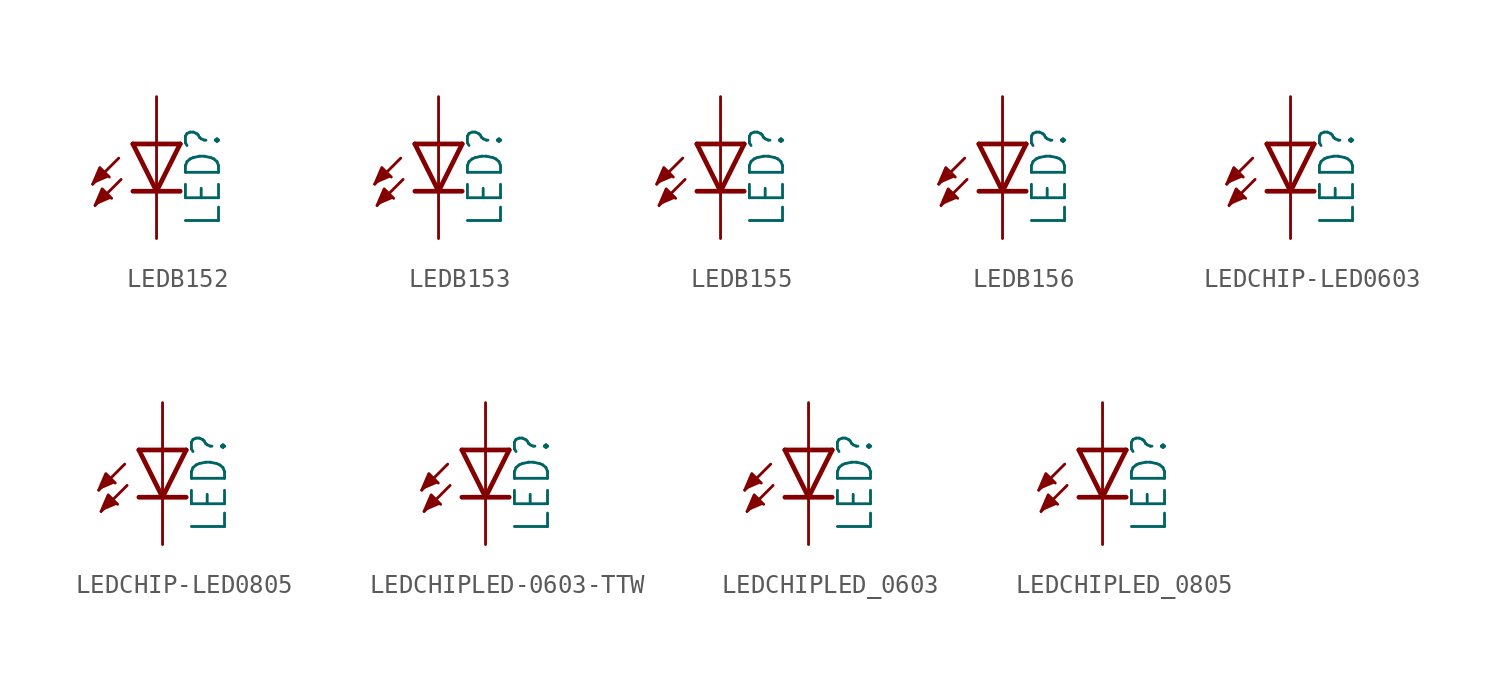
<source format=kicad_sym>
(kicad_symbol_lib
  (version 20220914)
  (generator kicad_symbol_editor)
  (symbol "LEDB152"
    (property "Reference" "LED"
      (at 3.556 -4.572 90)
      (effects (font (size 1.778 1.511)) (justify left bottom)))
    (property "Value" ""
      (at 5.715 -4.572 90)
      (effects (font (size 1.778 1.511)) (justify left bottom)))
    (property "ki_locked" ""
      (at 0 0 0)
      (effects (font (size 1.27 1.27))))
    (symbol "LEDB152_1_0"
      (polyline (pts (xy -2.032 -0.762) (xy -3.429 -2.159)) (stroke (width 0.152) (type solid)) (fill (type none)))
      (polyline (pts (xy -1.905 -1.905) (xy -3.302 -3.302)) (stroke (width 0.152) (type solid)) (fill (type none)))
      (polyline (pts (xy 0 -2.54) (xy -1.27 -2.54)) (stroke (width 0.254) (type solid)) (fill (type none)))
      (polyline (pts (xy 0 -2.54) (xy -1.27 0)) (stroke (width 0.254) (type solid)) (fill (type none)))
      (polyline (pts (xy 0 0) (xy -1.27 0)) (stroke (width 0.254) (type solid)) (fill (type none)))
      (polyline (pts (xy 0 0) (xy 0 -2.54)) (stroke (width 0.152) (type solid)) (fill (type none)))
      (polyline (pts (xy 1.27 -2.54) (xy 0 -2.54)) (stroke (width 0.254) (type solid)) (fill (type none)))
      (polyline (pts (xy 1.27 0) (xy 0 -2.54)) (stroke (width 0.254) (type solid)) (fill (type none)))
      (polyline (pts (xy 1.27 0) (xy 0 0)) (stroke (width 0.254) (type solid)) (fill (type none)))
      (polyline (pts (xy -3.429 -2.159) (xy -3.048 -1.27) (xy -2.54 -1.778)) (stroke (width 0.152) (type solid)) (fill (type outline)))
      (polyline (pts (xy -3.302 -3.302) (xy -2.921 -2.413) (xy -2.413 -2.921)) (stroke (width 0.152) (type solid)) (fill (type outline)))
      (pin passive line (at 0 2.54 270) (length 2.54) (name "A" (effects (font (size 0 0)))) (number "A" (effects (font (size 0 0)))))
      (pin passive line (at 0 -5.08 90) (length 2.54) (name "C" (effects (font (size 0 0)))) (number "K" (effects (font (size 0 0)))))))
  (symbol "LEDB153"
    (property "Reference" "LED"
      (at 3.556 -4.572 90)
      (effects (font (size 1.778 1.511)) (justify left bottom)))
    (property "Value" ""
      (at 5.715 -4.572 90)
      (effects (font (size 1.778 1.511)) (justify left bottom)))
    (property "ki_locked" ""
      (at 0 0 0)
      (effects (font (size 1.27 1.27))))
    (symbol "LEDB153_1_0"
      (polyline (pts (xy -2.032 -0.762) (xy -3.429 -2.159)) (stroke (width 0.152) (type solid)) (fill (type none)))
      (polyline (pts (xy -1.905 -1.905) (xy -3.302 -3.302)) (stroke (width 0.152) (type solid)) (fill (type none)))
      (polyline (pts (xy 0 -2.54) (xy -1.27 -2.54)) (stroke (width 0.254) (type solid)) (fill (type none)))
      (polyline (pts (xy 0 -2.54) (xy -1.27 0)) (stroke (width 0.254) (type solid)) (fill (type none)))
      (polyline (pts (xy 0 0) (xy -1.27 0)) (stroke (width 0.254) (type solid)) (fill (type none)))
      (polyline (pts (xy 0 0) (xy 0 -2.54)) (stroke (width 0.152) (type solid)) (fill (type none)))
      (polyline (pts (xy 1.27 -2.54) (xy 0 -2.54)) (stroke (width 0.254) (type solid)) (fill (type none)))
      (polyline (pts (xy 1.27 0) (xy 0 -2.54)) (stroke (width 0.254) (type solid)) (fill (type none)))
      (polyline (pts (xy 1.27 0) (xy 0 0)) (stroke (width 0.254) (type solid)) (fill (type none)))
      (polyline (pts (xy -3.429 -2.159) (xy -3.048 -1.27) (xy -2.54 -1.778)) (stroke (width 0.152) (type solid)) (fill (type outline)))
      (polyline (pts (xy -3.302 -3.302) (xy -2.921 -2.413) (xy -2.413 -2.921)) (stroke (width 0.152) (type solid)) (fill (type outline)))
      (pin passive line (at 0 2.54 270) (length 2.54) (name "A" (effects (font (size 0 0)))) (number "A" (effects (font (size 0 0)))))
      (pin passive line (at 0 -5.08 90) (length 2.54) (name "C" (effects (font (size 0 0)))) (number "K" (effects (font (size 0 0)))))))
  (symbol "LEDB155"
    (property "Reference" "LED"
      (at 3.556 -4.572 90)
      (effects (font (size 1.778 1.511)) (justify left bottom)))
    (property "Value" ""
      (at 5.715 -4.572 90)
      (effects (font (size 1.778 1.511)) (justify left bottom)))
    (property "ki_locked" ""
      (at 0 0 0)
      (effects (font (size 1.27 1.27))))
    (symbol "LEDB155_1_0"
      (polyline (pts (xy -2.032 -0.762) (xy -3.429 -2.159)) (stroke (width 0.152) (type solid)) (fill (type none)))
      (polyline (pts (xy -1.905 -1.905) (xy -3.302 -3.302)) (stroke (width 0.152) (type solid)) (fill (type none)))
      (polyline (pts (xy 0 -2.54) (xy -1.27 -2.54)) (stroke (width 0.254) (type solid)) (fill (type none)))
      (polyline (pts (xy 0 -2.54) (xy -1.27 0)) (stroke (width 0.254) (type solid)) (fill (type none)))
      (polyline (pts (xy 0 0) (xy -1.27 0)) (stroke (width 0.254) (type solid)) (fill (type none)))
      (polyline (pts (xy 0 0) (xy 0 -2.54)) (stroke (width 0.152) (type solid)) (fill (type none)))
      (polyline (pts (xy 1.27 -2.54) (xy 0 -2.54)) (stroke (width 0.254) (type solid)) (fill (type none)))
      (polyline (pts (xy 1.27 0) (xy 0 -2.54)) (stroke (width 0.254) (type solid)) (fill (type none)))
      (polyline (pts (xy 1.27 0) (xy 0 0)) (stroke (width 0.254) (type solid)) (fill (type none)))
      (polyline (pts (xy -3.429 -2.159) (xy -3.048 -1.27) (xy -2.54 -1.778)) (stroke (width 0.152) (type solid)) (fill (type outline)))
      (polyline (pts (xy -3.302 -3.302) (xy -2.921 -2.413) (xy -2.413 -2.921)) (stroke (width 0.152) (type solid)) (fill (type outline)))
      (pin passive line (at 0 2.54 270) (length 2.54) (name "A" (effects (font (size 0 0)))) (number "A" (effects (font (size 0 0)))))
      (pin passive line (at 0 -5.08 90) (length 2.54) (name "C" (effects (font (size 0 0)))) (number "K" (effects (font (size 0 0)))))))
  (symbol "LEDB156"
    (property "Reference" "LED"
      (at 3.556 -4.572 90)
      (effects (font (size 1.778 1.511)) (justify left bottom)))
    (property "Value" ""
      (at 5.715 -4.572 90)
      (effects (font (size 1.778 1.511)) (justify left bottom)))
    (property "ki_locked" ""
      (at 0 0 0)
      (effects (font (size 1.27 1.27))))
    (symbol "LEDB156_1_0"
      (polyline (pts (xy -2.032 -0.762) (xy -3.429 -2.159)) (stroke (width 0.152) (type solid)) (fill (type none)))
      (polyline (pts (xy -1.905 -1.905) (xy -3.302 -3.302)) (stroke (width 0.152) (type solid)) (fill (type none)))
      (polyline (pts (xy 0 -2.54) (xy -1.27 -2.54)) (stroke (width 0.254) (type solid)) (fill (type none)))
      (polyline (pts (xy 0 -2.54) (xy -1.27 0)) (stroke (width 0.254) (type solid)) (fill (type none)))
      (polyline (pts (xy 0 0) (xy -1.27 0)) (stroke (width 0.254) (type solid)) (fill (type none)))
      (polyline (pts (xy 0 0) (xy 0 -2.54)) (stroke (width 0.152) (type solid)) (fill (type none)))
      (polyline (pts (xy 1.27 -2.54) (xy 0 -2.54)) (stroke (width 0.254) (type solid)) (fill (type none)))
      (polyline (pts (xy 1.27 0) (xy 0 -2.54)) (stroke (width 0.254) (type solid)) (fill (type none)))
      (polyline (pts (xy 1.27 0) (xy 0 0)) (stroke (width 0.254) (type solid)) (fill (type none)))
      (polyline (pts (xy -3.429 -2.159) (xy -3.048 -1.27) (xy -2.54 -1.778)) (stroke (width 0.152) (type solid)) (fill (type outline)))
      (polyline (pts (xy -3.302 -3.302) (xy -2.921 -2.413) (xy -2.413 -2.921)) (stroke (width 0.152) (type solid)) (fill (type outline)))
      (pin passive line (at 0 2.54 270) (length 2.54) (name "A" (effects (font (size 0 0)))) (number "A" (effects (font (size 0 0)))))
      (pin passive line (at 0 -5.08 90) (length 2.54) (name "C" (effects (font (size 0 0)))) (number "K" (effects (font (size 0 0)))))))
  (symbol "LEDCHIP-LED0603"
    (property "Reference" "LED"
      (at 3.556 -4.572 90)
      (effects (font (size 1.778 1.511)) (justify left bottom)))
    (property "Value" ""
      (at 5.715 -4.572 90)
      (effects (font (size 1.778 1.511)) (justify left bottom)))
    (property "ki_locked" ""
      (at 0 0 0)
      (effects (font (size 1.27 1.27))))
    (symbol "LEDCHIP-LED0603_1_0"
      (polyline (pts (xy -2.032 -0.762) (xy -3.429 -2.159)) (stroke (width 0.152) (type solid)) (fill (type none)))
      (polyline (pts (xy -1.905 -1.905) (xy -3.302 -3.302)) (stroke (width 0.152) (type solid)) (fill (type none)))
      (polyline (pts (xy 0 -2.54) (xy -1.27 -2.54)) (stroke (width 0.254) (type solid)) (fill (type none)))
      (polyline (pts (xy 0 -2.54) (xy -1.27 0)) (stroke (width 0.254) (type solid)) (fill (type none)))
      (polyline (pts (xy 0 0) (xy -1.27 0)) (stroke (width 0.254) (type solid)) (fill (type none)))
      (polyline (pts (xy 0 0) (xy 0 -2.54)) (stroke (width 0.152) (type solid)) (fill (type none)))
      (polyline (pts (xy 1.27 -2.54) (xy 0 -2.54)) (stroke (width 0.254) (type solid)) (fill (type none)))
      (polyline (pts (xy 1.27 0) (xy 0 -2.54)) (stroke (width 0.254) (type solid)) (fill (type none)))
      (polyline (pts (xy 1.27 0) (xy 0 0)) (stroke (width 0.254) (type solid)) (fill (type none)))
      (polyline (pts (xy -3.429 -2.159) (xy -3.048 -1.27) (xy -2.54 -1.778)) (stroke (width 0.152) (type solid)) (fill (type outline)))
      (polyline (pts (xy -3.302 -3.302) (xy -2.921 -2.413) (xy -2.413 -2.921)) (stroke (width 0.152) (type solid)) (fill (type outline)))
      (pin passive line (at 0 2.54 270) (length 2.54) (name "A" (effects (font (size 0 0)))) (number "A" (effects (font (size 0 0)))))
      (pin passive line (at 0 -5.08 90) (length 2.54) (name "C" (effects (font (size 0 0)))) (number "C" (effects (font (size 0 0)))))))
  (symbol "LEDCHIP-LED0805"
    (property "Reference" "LED"
      (at 3.556 -4.572 90)
      (effects (font (size 1.778 1.511)) (justify left bottom)))
    (property "Value" ""
      (at 5.715 -4.572 90)
      (effects (font (size 1.778 1.511)) (justify left bottom)))
    (property "ki_locked" ""
      (at 0 0 0)
      (effects (font (size 1.27 1.27))))
    (symbol "LEDCHIP-LED0805_1_0"
      (polyline (pts (xy -2.032 -0.762) (xy -3.429 -2.159)) (stroke (width 0.152) (type solid)) (fill (type none)))
      (polyline (pts (xy -1.905 -1.905) (xy -3.302 -3.302)) (stroke (width 0.152) (type solid)) (fill (type none)))
      (polyline (pts (xy 0 -2.54) (xy -1.27 -2.54)) (stroke (width 0.254) (type solid)) (fill (type none)))
      (polyline (pts (xy 0 -2.54) (xy -1.27 0)) (stroke (width 0.254) (type solid)) (fill (type none)))
      (polyline (pts (xy 0 0) (xy -1.27 0)) (stroke (width 0.254) (type solid)) (fill (type none)))
      (polyline (pts (xy 0 0) (xy 0 -2.54)) (stroke (width 0.152) (type solid)) (fill (type none)))
      (polyline (pts (xy 1.27 -2.54) (xy 0 -2.54)) (stroke (width 0.254) (type solid)) (fill (type none)))
      (polyline (pts (xy 1.27 0) (xy 0 -2.54)) (stroke (width 0.254) (type solid)) (fill (type none)))
      (polyline (pts (xy 1.27 0) (xy 0 0)) (stroke (width 0.254) (type solid)) (fill (type none)))
      (polyline (pts (xy -3.429 -2.159) (xy -3.048 -1.27) (xy -2.54 -1.778)) (stroke (width 0.152) (type solid)) (fill (type outline)))
      (polyline (pts (xy -3.302 -3.302) (xy -2.921 -2.413) (xy -2.413 -2.921)) (stroke (width 0.152) (type solid)) (fill (type outline)))
      (pin passive line (at 0 2.54 270) (length 2.54) (name "A" (effects (font (size 0 0)))) (number "A" (effects (font (size 0 0)))))
      (pin passive line (at 0 -5.08 90) (length 2.54) (name "C" (effects (font (size 0 0)))) (number "C" (effects (font (size 0 0)))))))
  (symbol "LEDCHIPLED-0603-TTW"
    (property "Reference" "LED"
      (at 3.556 -4.572 90)
      (effects (font (size 1.778 1.511)) (justify left bottom)))
    (property "Value" ""
      (at 5.715 -4.572 90)
      (effects (font (size 1.778 1.511)) (justify left bottom)))
    (property "ki_locked" ""
      (at 0 0 0)
      (effects (font (size 1.27 1.27))))
    (symbol "LEDCHIPLED-0603-TTW_1_0"
      (polyline (pts (xy -2.032 -0.762) (xy -3.429 -2.159)) (stroke (width 0.152) (type solid)) (fill (type none)))
      (polyline (pts (xy -1.905 -1.905) (xy -3.302 -3.302)) (stroke (width 0.152) (type solid)) (fill (type none)))
      (polyline (pts (xy 0 -2.54) (xy -1.27 -2.54)) (stroke (width 0.254) (type solid)) (fill (type none)))
      (polyline (pts (xy 0 -2.54) (xy -1.27 0)) (stroke (width 0.254) (type solid)) (fill (type none)))
      (polyline (pts (xy 0 0) (xy -1.27 0)) (stroke (width 0.254) (type solid)) (fill (type none)))
      (polyline (pts (xy 0 0) (xy 0 -2.54)) (stroke (width 0.152) (type solid)) (fill (type none)))
      (polyline (pts (xy 1.27 -2.54) (xy 0 -2.54)) (stroke (width 0.254) (type solid)) (fill (type none)))
      (polyline (pts (xy 1.27 0) (xy 0 -2.54)) (stroke (width 0.254) (type solid)) (fill (type none)))
      (polyline (pts (xy 1.27 0) (xy 0 0)) (stroke (width 0.254) (type solid)) (fill (type none)))
      (polyline (pts (xy -3.429 -2.159) (xy -3.048 -1.27) (xy -2.54 -1.778)) (stroke (width 0.152) (type solid)) (fill (type outline)))
      (polyline (pts (xy -3.302 -3.302) (xy -2.921 -2.413) (xy -2.413 -2.921)) (stroke (width 0.152) (type solid)) (fill (type outline)))
      (pin passive line (at 0 2.54 270) (length 2.54) (name "A" (effects (font (size 0 0)))) (number "A@1" (effects (font (size 0 0)))))
      (pin passive line (at 0 -5.08 90) (length 2.54) (name "C" (effects (font (size 0 0)))) (number "C@1" (effects (font (size 0 0)))))))
  (symbol "LEDCHIPLED_0603"
    (property "Reference" "LED"
      (at 3.556 -4.572 90)
      (effects (font (size 1.778 1.511)) (justify left bottom)))
    (property "Value" ""
      (at 5.715 -4.572 90)
      (effects (font (size 1.778 1.511)) (justify left bottom)))
    (property "ki_locked" ""
      (at 0 0 0)
      (effects (font (size 1.27 1.27))))
    (symbol "LEDCHIPLED_0603_1_0"
      (polyline (pts (xy -2.032 -0.762) (xy -3.429 -2.159)) (stroke (width 0.152) (type solid)) (fill (type none)))
      (polyline (pts (xy -1.905 -1.905) (xy -3.302 -3.302)) (stroke (width 0.152) (type solid)) (fill (type none)))
      (polyline (pts (xy 0 -2.54) (xy -1.27 -2.54)) (stroke (width 0.254) (type solid)) (fill (type none)))
      (polyline (pts (xy 0 -2.54) (xy -1.27 0)) (stroke (width 0.254) (type solid)) (fill (type none)))
      (polyline (pts (xy 0 0) (xy -1.27 0)) (stroke (width 0.254) (type solid)) (fill (type none)))
      (polyline (pts (xy 0 0) (xy 0 -2.54)) (stroke (width 0.152) (type solid)) (fill (type none)))
      (polyline (pts (xy 1.27 -2.54) (xy 0 -2.54)) (stroke (width 0.254) (type solid)) (fill (type none)))
      (polyline (pts (xy 1.27 0) (xy 0 -2.54)) (stroke (width 0.254) (type solid)) (fill (type none)))
      (polyline (pts (xy 1.27 0) (xy 0 0)) (stroke (width 0.254) (type solid)) (fill (type none)))
      (polyline (pts (xy -3.429 -2.159) (xy -3.048 -1.27) (xy -2.54 -1.778)) (stroke (width 0.152) (type solid)) (fill (type outline)))
      (polyline (pts (xy -3.302 -3.302) (xy -2.921 -2.413) (xy -2.413 -2.921)) (stroke (width 0.152) (type solid)) (fill (type outline)))
      (pin passive line (at 0 2.54 270) (length 2.54) (name "A" (effects (font (size 0 0)))) (number "A" (effects (font (size 0 0)))))
      (pin passive line (at 0 -5.08 90) (length 2.54) (name "C" (effects (font (size 0 0)))) (number "C" (effects (font (size 0 0)))))))
  (symbol "LEDCHIPLED_0805"
    (property "Reference" "LED"
      (at 3.556 -4.572 90)
      (effects (font (size 1.778 1.511)) (justify left bottom)))
    (property "Value" ""
      (at 5.715 -4.572 90)
      (effects (font (size 1.778 1.511)) (justify left bottom)))
    (property "ki_locked" ""
      (at 0 0 0)
      (effects (font (size 1.27 1.27))))
    (symbol "LEDCHIPLED_0805_1_0"
      (polyline (pts (xy -2.032 -0.762) (xy -3.429 -2.159)) (stroke (width 0.152) (type solid)) (fill (type none)))
      (polyline (pts (xy -1.905 -1.905) (xy -3.302 -3.302)) (stroke (width 0.152) (type solid)) (fill (type none)))
      (polyline (pts (xy 0 -2.54) (xy -1.27 -2.54)) (stroke (width 0.254) (type solid)) (fill (type none)))
      (polyline (pts (xy 0 -2.54) (xy -1.27 0)) (stroke (width 0.254) (type solid)) (fill (type none)))
      (polyline (pts (xy 0 0) (xy -1.27 0)) (stroke (width 0.254) (type solid)) (fill (type none)))
      (polyline (pts (xy 0 0) (xy 0 -2.54)) (stroke (width 0.152) (type solid)) (fill (type none)))
      (polyline (pts (xy 1.27 -2.54) (xy 0 -2.54)) (stroke (width 0.254) (type solid)) (fill (type none)))
      (polyline (pts (xy 1.27 0) (xy 0 -2.54)) (stroke (width 0.254) (type solid)) (fill (type none)))
      (polyline (pts (xy 1.27 0) (xy 0 0)) (stroke (width 0.254) (type solid)) (fill (type none)))
      (polyline (pts (xy -3.429 -2.159) (xy -3.048 -1.27) (xy -2.54 -1.778)) (stroke (width 0.152) (type solid)) (fill (type outline)))
      (polyline (pts (xy -3.302 -3.302) (xy -2.921 -2.413) (xy -2.413 -2.921)) (stroke (width 0.152) (type solid)) (fill (type outline)))
      (pin passive line (at 0 2.54 270) (length 2.54) (name "A" (effects (font (size 0 0)))) (number "A" (effects (font (size 0 0)))))
      (pin passive line (at 0 -5.08 90) (length 2.54) (name "C" (effects (font (size 0 0)))) (number "C" (effects (font (size 0 0))))))))
</source>
